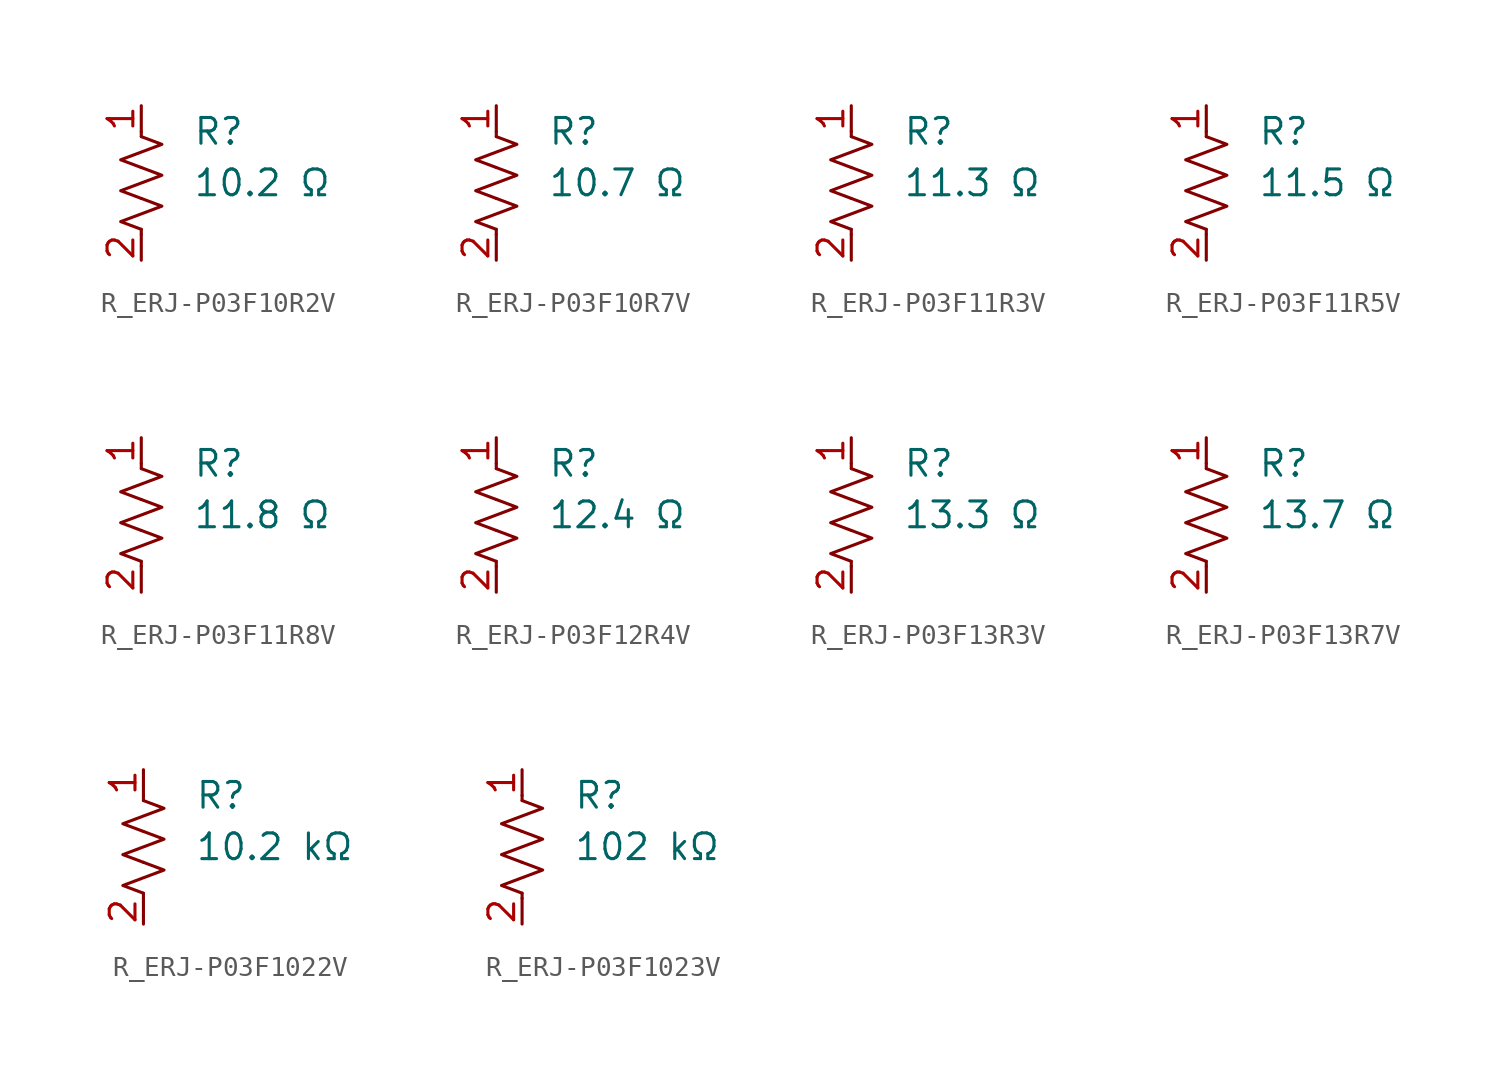
<source format=kicad_sym>
(kicad_symbol_lib
  (version 20231120)
  (generator "kicad_symbol_editor")
  (generator_version "8.0")
  (symbol "R_ERJ-P03F10R2V"
    (pin_names
      (offset 0.254))
    (property "Value" "10.2 Ω"
      (at 2.54 0 0)
      (effects (font (size 1.27 1.27)) (justify left)))
    (property "Reference" "R"
      (at 2.54 2.54 0)
      (effects (font (size 1.27 1.27)) (justify left)))
    (symbol "R_ERJ-P03F10R2V_0_1"
      (polyline (pts (xy 0 -2.286) (xy 0 -2.54)) (stroke (width 0) (type default)) (fill (type none)))
      (polyline (pts (xy 0 2.286) (xy 0 2.54)) (stroke (width 0) (type default)) (fill (type none)))
      (polyline (pts (xy 0 -0.762) (xy 1.016 -1.143) (xy 0 -1.524) (xy -1.016 -1.905) (xy 0 -2.286)) (stroke (width 0) (type default)) (fill (type none)))
      (polyline (pts (xy 0 0.762) (xy 1.016 0.381) (xy 0 0) (xy -1.016 -0.381) (xy 0 -0.762)) (stroke (width 0) (type default)) (fill (type none)))
      (polyline (pts (xy 0 2.286) (xy 1.016 1.905) (xy 0 1.524) (xy -1.016 1.143) (xy 0 0.762)) (stroke (width 0) (type default)) (fill (type none))))
    (symbol "R_ERJ-P03F10R2V_1_1"
      (pin passive line (at 0 3.81 270) (length 1.27) (name "~" (effects (font (size 1.27 1.27)))) (number "1" (effects (font (size 1.27 1.27)))))
      (pin passive line (at 0 -3.81 90) (length 1.27) (name "~" (effects (font (size 1.27 1.27)))) (number "2" (effects (font (size 1.27 1.27)))))))
  (symbol "R_ERJ-P03F10R7V"
    (pin_names
      (offset 0.254))
    (property "Value" "10.7 Ω"
      (at 2.54 0 0)
      (effects (font (size 1.27 1.27)) (justify left)))
    (property "Reference" "R"
      (at 2.54 2.54 0)
      (effects (font (size 1.27 1.27)) (justify left)))
    (symbol "R_ERJ-P03F10R7V_0_1"
      (polyline (pts (xy 0 -2.286) (xy 0 -2.54)) (stroke (width 0) (type default)) (fill (type none)))
      (polyline (pts (xy 0 2.286) (xy 0 2.54)) (stroke (width 0) (type default)) (fill (type none)))
      (polyline (pts (xy 0 -0.762) (xy 1.016 -1.143) (xy 0 -1.524) (xy -1.016 -1.905) (xy 0 -2.286)) (stroke (width 0) (type default)) (fill (type none)))
      (polyline (pts (xy 0 0.762) (xy 1.016 0.381) (xy 0 0) (xy -1.016 -0.381) (xy 0 -0.762)) (stroke (width 0) (type default)) (fill (type none)))
      (polyline (pts (xy 0 2.286) (xy 1.016 1.905) (xy 0 1.524) (xy -1.016 1.143) (xy 0 0.762)) (stroke (width 0) (type default)) (fill (type none))))
    (symbol "R_ERJ-P03F10R7V_1_1"
      (pin passive line (at 0 3.81 270) (length 1.27) (name "~" (effects (font (size 1.27 1.27)))) (number "1" (effects (font (size 1.27 1.27)))))
      (pin passive line (at 0 -3.81 90) (length 1.27) (name "~" (effects (font (size 1.27 1.27)))) (number "2" (effects (font (size 1.27 1.27)))))))
  (symbol "R_ERJ-P03F11R3V"
    (pin_names
      (offset 0.254))
    (property "Value" "11.3 Ω"
      (at 2.54 0 0)
      (effects (font (size 1.27 1.27)) (justify left)))
    (property "Reference" "R"
      (at 2.54 2.54 0)
      (effects (font (size 1.27 1.27)) (justify left)))
    (symbol "R_ERJ-P03F11R3V_0_1"
      (polyline (pts (xy 0 -2.286) (xy 0 -2.54)) (stroke (width 0) (type default)) (fill (type none)))
      (polyline (pts (xy 0 2.286) (xy 0 2.54)) (stroke (width 0) (type default)) (fill (type none)))
      (polyline (pts (xy 0 -0.762) (xy 1.016 -1.143) (xy 0 -1.524) (xy -1.016 -1.905) (xy 0 -2.286)) (stroke (width 0) (type default)) (fill (type none)))
      (polyline (pts (xy 0 0.762) (xy 1.016 0.381) (xy 0 0) (xy -1.016 -0.381) (xy 0 -0.762)) (stroke (width 0) (type default)) (fill (type none)))
      (polyline (pts (xy 0 2.286) (xy 1.016 1.905) (xy 0 1.524) (xy -1.016 1.143) (xy 0 0.762)) (stroke (width 0) (type default)) (fill (type none))))
    (symbol "R_ERJ-P03F11R3V_1_1"
      (pin passive line (at 0 3.81 270) (length 1.27) (name "~" (effects (font (size 1.27 1.27)))) (number "1" (effects (font (size 1.27 1.27)))))
      (pin passive line (at 0 -3.81 90) (length 1.27) (name "~" (effects (font (size 1.27 1.27)))) (number "2" (effects (font (size 1.27 1.27)))))))
  (symbol "R_ERJ-P03F11R5V"
    (pin_names
      (offset 0.254))
    (property "Value" "11.5 Ω"
      (at 2.54 0 0)
      (effects (font (size 1.27 1.27)) (justify left)))
    (property "Reference" "R"
      (at 2.54 2.54 0)
      (effects (font (size 1.27 1.27)) (justify left)))
    (symbol "R_ERJ-P03F11R5V_0_1"
      (polyline (pts (xy 0 -2.286) (xy 0 -2.54)) (stroke (width 0) (type default)) (fill (type none)))
      (polyline (pts (xy 0 2.286) (xy 0 2.54)) (stroke (width 0) (type default)) (fill (type none)))
      (polyline (pts (xy 0 -0.762) (xy 1.016 -1.143) (xy 0 -1.524) (xy -1.016 -1.905) (xy 0 -2.286)) (stroke (width 0) (type default)) (fill (type none)))
      (polyline (pts (xy 0 0.762) (xy 1.016 0.381) (xy 0 0) (xy -1.016 -0.381) (xy 0 -0.762)) (stroke (width 0) (type default)) (fill (type none)))
      (polyline (pts (xy 0 2.286) (xy 1.016 1.905) (xy 0 1.524) (xy -1.016 1.143) (xy 0 0.762)) (stroke (width 0) (type default)) (fill (type none))))
    (symbol "R_ERJ-P03F11R5V_1_1"
      (pin passive line (at 0 3.81 270) (length 1.27) (name "~" (effects (font (size 1.27 1.27)))) (number "1" (effects (font (size 1.27 1.27)))))
      (pin passive line (at 0 -3.81 90) (length 1.27) (name "~" (effects (font (size 1.27 1.27)))) (number "2" (effects (font (size 1.27 1.27)))))))
  (symbol "R_ERJ-P03F11R8V"
    (pin_names
      (offset 0.254))
    (property "Value" "11.8 Ω"
      (at 2.54 0 0)
      (effects (font (size 1.27 1.27)) (justify left)))
    (property "Reference" "R"
      (at 2.54 2.54 0)
      (effects (font (size 1.27 1.27)) (justify left)))
    (symbol "R_ERJ-P03F11R8V_0_1"
      (polyline (pts (xy 0 -2.286) (xy 0 -2.54)) (stroke (width 0) (type default)) (fill (type none)))
      (polyline (pts (xy 0 2.286) (xy 0 2.54)) (stroke (width 0) (type default)) (fill (type none)))
      (polyline (pts (xy 0 -0.762) (xy 1.016 -1.143) (xy 0 -1.524) (xy -1.016 -1.905) (xy 0 -2.286)) (stroke (width 0) (type default)) (fill (type none)))
      (polyline (pts (xy 0 0.762) (xy 1.016 0.381) (xy 0 0) (xy -1.016 -0.381) (xy 0 -0.762)) (stroke (width 0) (type default)) (fill (type none)))
      (polyline (pts (xy 0 2.286) (xy 1.016 1.905) (xy 0 1.524) (xy -1.016 1.143) (xy 0 0.762)) (stroke (width 0) (type default)) (fill (type none))))
    (symbol "R_ERJ-P03F11R8V_1_1"
      (pin passive line (at 0 3.81 270) (length 1.27) (name "~" (effects (font (size 1.27 1.27)))) (number "1" (effects (font (size 1.27 1.27)))))
      (pin passive line (at 0 -3.81 90) (length 1.27) (name "~" (effects (font (size 1.27 1.27)))) (number "2" (effects (font (size 1.27 1.27)))))))
  (symbol "R_ERJ-P03F12R4V"
    (pin_names
      (offset 0.254))
    (property "Value" "12.4 Ω"
      (at 2.54 0 0)
      (effects (font (size 1.27 1.27)) (justify left)))
    (property "Reference" "R"
      (at 2.54 2.54 0)
      (effects (font (size 1.27 1.27)) (justify left)))
    (symbol "R_ERJ-P03F12R4V_0_1"
      (polyline (pts (xy 0 -2.286) (xy 0 -2.54)) (stroke (width 0) (type default)) (fill (type none)))
      (polyline (pts (xy 0 2.286) (xy 0 2.54)) (stroke (width 0) (type default)) (fill (type none)))
      (polyline (pts (xy 0 -0.762) (xy 1.016 -1.143) (xy 0 -1.524) (xy -1.016 -1.905) (xy 0 -2.286)) (stroke (width 0) (type default)) (fill (type none)))
      (polyline (pts (xy 0 0.762) (xy 1.016 0.381) (xy 0 0) (xy -1.016 -0.381) (xy 0 -0.762)) (stroke (width 0) (type default)) (fill (type none)))
      (polyline (pts (xy 0 2.286) (xy 1.016 1.905) (xy 0 1.524) (xy -1.016 1.143) (xy 0 0.762)) (stroke (width 0) (type default)) (fill (type none))))
    (symbol "R_ERJ-P03F12R4V_1_1"
      (pin passive line (at 0 3.81 270) (length 1.27) (name "~" (effects (font (size 1.27 1.27)))) (number "1" (effects (font (size 1.27 1.27)))))
      (pin passive line (at 0 -3.81 90) (length 1.27) (name "~" (effects (font (size 1.27 1.27)))) (number "2" (effects (font (size 1.27 1.27)))))))
  (symbol "R_ERJ-P03F13R3V"
    (pin_names
      (offset 0.254))
    (property "Value" "13.3 Ω"
      (at 2.54 0 0)
      (effects (font (size 1.27 1.27)) (justify left)))
    (property "Reference" "R"
      (at 2.54 2.54 0)
      (effects (font (size 1.27 1.27)) (justify left)))
    (symbol "R_ERJ-P03F13R3V_0_1"
      (polyline (pts (xy 0 -2.286) (xy 0 -2.54)) (stroke (width 0) (type default)) (fill (type none)))
      (polyline (pts (xy 0 2.286) (xy 0 2.54)) (stroke (width 0) (type default)) (fill (type none)))
      (polyline (pts (xy 0 -0.762) (xy 1.016 -1.143) (xy 0 -1.524) (xy -1.016 -1.905) (xy 0 -2.286)) (stroke (width 0) (type default)) (fill (type none)))
      (polyline (pts (xy 0 0.762) (xy 1.016 0.381) (xy 0 0) (xy -1.016 -0.381) (xy 0 -0.762)) (stroke (width 0) (type default)) (fill (type none)))
      (polyline (pts (xy 0 2.286) (xy 1.016 1.905) (xy 0 1.524) (xy -1.016 1.143) (xy 0 0.762)) (stroke (width 0) (type default)) (fill (type none))))
    (symbol "R_ERJ-P03F13R3V_1_1"
      (pin passive line (at 0 3.81 270) (length 1.27) (name "~" (effects (font (size 1.27 1.27)))) (number "1" (effects (font (size 1.27 1.27)))))
      (pin passive line (at 0 -3.81 90) (length 1.27) (name "~" (effects (font (size 1.27 1.27)))) (number "2" (effects (font (size 1.27 1.27)))))))
  (symbol "R_ERJ-P03F13R7V"
    (pin_names
      (offset 0.254))
    (property "Value" "13.7 Ω"
      (at 2.54 0 0)
      (effects (font (size 1.27 1.27)) (justify left)))
    (property "Reference" "R"
      (at 2.54 2.54 0)
      (effects (font (size 1.27 1.27)) (justify left)))
    (symbol "R_ERJ-P03F13R7V_0_1"
      (polyline (pts (xy 0 -2.286) (xy 0 -2.54)) (stroke (width 0) (type default)) (fill (type none)))
      (polyline (pts (xy 0 2.286) (xy 0 2.54)) (stroke (width 0) (type default)) (fill (type none)))
      (polyline (pts (xy 0 -0.762) (xy 1.016 -1.143) (xy 0 -1.524) (xy -1.016 -1.905) (xy 0 -2.286)) (stroke (width 0) (type default)) (fill (type none)))
      (polyline (pts (xy 0 0.762) (xy 1.016 0.381) (xy 0 0) (xy -1.016 -0.381) (xy 0 -0.762)) (stroke (width 0) (type default)) (fill (type none)))
      (polyline (pts (xy 0 2.286) (xy 1.016 1.905) (xy 0 1.524) (xy -1.016 1.143) (xy 0 0.762)) (stroke (width 0) (type default)) (fill (type none))))
    (symbol "R_ERJ-P03F13R7V_1_1"
      (pin passive line (at 0 3.81 270) (length 1.27) (name "~" (effects (font (size 1.27 1.27)))) (number "1" (effects (font (size 1.27 1.27)))))
      (pin passive line (at 0 -3.81 90) (length 1.27) (name "~" (effects (font (size 1.27 1.27)))) (number "2" (effects (font (size 1.27 1.27)))))))
  (symbol "R_ERJ-P03F1022V"
    (pin_names
      (offset 0.254))
    (property "Value" "10.2 kΩ"
      (at 2.54 0 0)
      (effects (font (size 1.27 1.27)) (justify left)))
    (property "Reference" "R"
      (at 2.54 2.54 0)
      (effects (font (size 1.27 1.27)) (justify left)))
    (symbol "R_ERJ-P03F1022V_0_1"
      (polyline (pts (xy 0 -2.286) (xy 0 -2.54)) (stroke (width 0) (type default)) (fill (type none)))
      (polyline (pts (xy 0 2.286) (xy 0 2.54)) (stroke (width 0) (type default)) (fill (type none)))
      (polyline (pts (xy 0 -0.762) (xy 1.016 -1.143) (xy 0 -1.524) (xy -1.016 -1.905) (xy 0 -2.286)) (stroke (width 0) (type default)) (fill (type none)))
      (polyline (pts (xy 0 0.762) (xy 1.016 0.381) (xy 0 0) (xy -1.016 -0.381) (xy 0 -0.762)) (stroke (width 0) (type default)) (fill (type none)))
      (polyline (pts (xy 0 2.286) (xy 1.016 1.905) (xy 0 1.524) (xy -1.016 1.143) (xy 0 0.762)) (stroke (width 0) (type default)) (fill (type none))))
    (symbol "R_ERJ-P03F1022V_1_1"
      (pin passive line (at 0 3.81 270) (length 1.27) (name "~" (effects (font (size 1.27 1.27)))) (number "1" (effects (font (size 1.27 1.27)))))
      (pin passive line (at 0 -3.81 90) (length 1.27) (name "~" (effects (font (size 1.27 1.27)))) (number "2" (effects (font (size 1.27 1.27)))))))
  (symbol "R_ERJ-P03F1023V"
    (pin_names
      (offset 0.254))
    (property "Value" "102 kΩ"
      (at 2.54 0 0)
      (effects (font (size 1.27 1.27)) (justify left)))
    (property "Reference" "R"
      (at 2.54 2.54 0)
      (effects (font (size 1.27 1.27)) (justify left)))
    (symbol "R_ERJ-P03F1023V_0_1"
      (polyline (pts (xy 0 -2.286) (xy 0 -2.54)) (stroke (width 0) (type default)) (fill (type none)))
      (polyline (pts (xy 0 2.286) (xy 0 2.54)) (stroke (width 0) (type default)) (fill (type none)))
      (polyline (pts (xy 0 -0.762) (xy 1.016 -1.143) (xy 0 -1.524) (xy -1.016 -1.905) (xy 0 -2.286)) (stroke (width 0) (type default)) (fill (type none)))
      (polyline (pts (xy 0 0.762) (xy 1.016 0.381) (xy 0 0) (xy -1.016 -0.381) (xy 0 -0.762)) (stroke (width 0) (type default)) (fill (type none)))
      (polyline (pts (xy 0 2.286) (xy 1.016 1.905) (xy 0 1.524) (xy -1.016 1.143) (xy 0 0.762)) (stroke (width 0) (type default)) (fill (type none))))
    (symbol "R_ERJ-P03F1023V_1_1"
      (pin passive line (at 0 3.81 270) (length 1.27) (name "~" (effects (font (size 1.27 1.27)))) (number "1" (effects (font (size 1.27 1.27)))))
      (pin passive line (at 0 -3.81 90) (length 1.27) (name "~" (effects (font (size 1.27 1.27)))) (number "2" (effects (font (size 1.27 1.27))))))))
</source>
